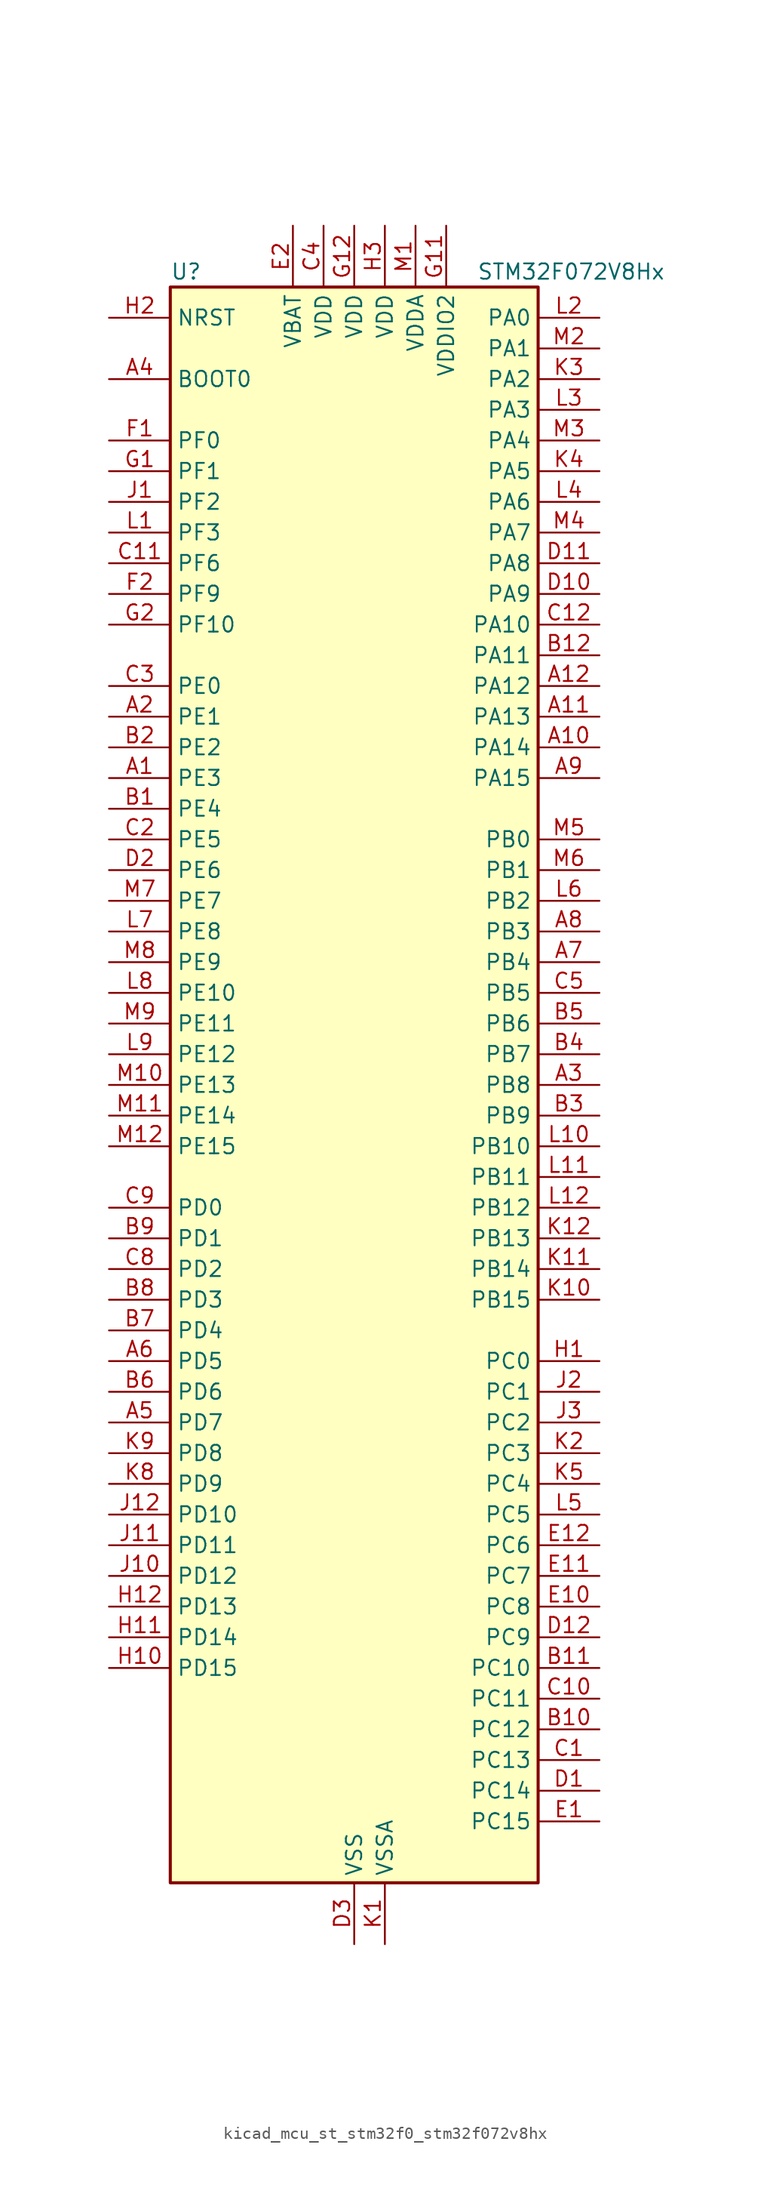
<source format=kicad_sym>
(kicad_symbol_lib
  (version 20220914)
  (generator kicad_symbol_editor)
  (symbol "kicad_mcu_st_stm32f0_stm32f072v8hx"
    (property "Reference" "U"
      (at -15.24 67.31 0)
      (effects (font (size 1.27 1.27)) (justify left)))
    (property "Value" "STM32F072V8Hx"
      (at 10.16 67.31 0)
      (effects (font (size 1.27 1.27)) (justify left)))
    (property "ki_locked" ""
      (at 0 0 0)
      (effects (font (size 1.27 1.27))))
    (symbol "kicad_mcu_st_stm32f0_stm32f072v8hx_0_1"
      (rectangle (start -15.24 -66.04) (end 15.24 66.04) (stroke (width 0.254) (type default)) (fill (type background))))
    (symbol "kicad_mcu_st_stm32f0_stm32f072v8hx_1_1"
      (pin bidirectional line (at -20.32 25.4 0) (length 5.08) (name "PE3" (effects (font (size 1.27 1.27)))) (number "A1" (effects (font (size 1.27 1.27)))) (alternate "TIM3_CH1" bidirectional line) (alternate "TSC_G7_IO2" bidirectional line))
      (pin bidirectional line (at 20.32 27.94 180) (length 5.08) (name "PA14" (effects (font (size 1.27 1.27)))) (number "A10" (effects (font (size 1.27 1.27)))) (alternate "SYS_SWCLK" bidirectional line) (alternate "USART2_TX" bidirectional line))
      (pin bidirectional line (at 20.32 30.48 180) (length 5.08) (name "PA13" (effects (font (size 1.27 1.27)))) (number "A11" (effects (font (size 1.27 1.27)))) (alternate "IR_OUT" bidirectional line) (alternate "SYS_SWDIO" bidirectional line) (alternate "USB_NOE" bidirectional line))
      (pin bidirectional line (at 20.32 33.02 180) (length 5.08) (name "PA12" (effects (font (size 1.27 1.27)))) (number "A12" (effects (font (size 1.27 1.27)))) (alternate "CAN_TX" bidirectional line) (alternate "COMP2_OUT" bidirectional line) (alternate "TIM1_ETR" bidirectional line) (alternate "TSC_G4_IO4" bidirectional line) (alternate "USART1_DE" bidirectional line) (alternate "USART1_RTS" bidirectional line) (alternate "USB_DP" bidirectional line))
      (pin bidirectional line (at -20.32 30.48 0) (length 5.08) (name "PE1" (effects (font (size 1.27 1.27)))) (number "A2" (effects (font (size 1.27 1.27)))) (alternate "TIM17_CH1" bidirectional line))
      (pin bidirectional line (at 20.32 0 180) (length 5.08) (name "PB8" (effects (font (size 1.27 1.27)))) (number "A3" (effects (font (size 1.27 1.27)))) (alternate "CAN_RX" bidirectional line) (alternate "CEC" bidirectional line) (alternate "I2C1_SCL" bidirectional line) (alternate "TIM16_CH1" bidirectional line) (alternate "TSC_SYNC" bidirectional line))
      (pin input line (at -20.32 58.42 0) (length 5.08) (name "BOOT0" (effects (font (size 1.27 1.27)))) (number "A4" (effects (font (size 1.27 1.27)))))
      (pin bidirectional line (at -20.32 -27.94 0) (length 5.08) (name "PD7" (effects (font (size 1.27 1.27)))) (number "A5" (effects (font (size 1.27 1.27)))) (alternate "USART2_CK" bidirectional line))
      (pin bidirectional line (at -20.32 -22.86 0) (length 5.08) (name "PD5" (effects (font (size 1.27 1.27)))) (number "A6" (effects (font (size 1.27 1.27)))) (alternate "USART2_TX" bidirectional line))
      (pin bidirectional line (at 20.32 10.16 180) (length 5.08) (name "PB4" (effects (font (size 1.27 1.27)))) (number "A7" (effects (font (size 1.27 1.27)))) (alternate "I2S1_MCK" bidirectional line) (alternate "SPI1_MISO" bidirectional line) (alternate "TIM17_BKIN" bidirectional line) (alternate "TIM3_CH1" bidirectional line) (alternate "TSC_G5_IO2" bidirectional line))
      (pin bidirectional line (at 20.32 12.7 180) (length 5.08) (name "PB3" (effects (font (size 1.27 1.27)))) (number "A8" (effects (font (size 1.27 1.27)))) (alternate "I2S1_CK" bidirectional line) (alternate "SPI1_SCK" bidirectional line) (alternate "TIM2_CH2" bidirectional line) (alternate "TSC_G5_IO1" bidirectional line))
      (pin bidirectional line (at 20.32 25.4 180) (length 5.08) (name "PA15" (effects (font (size 1.27 1.27)))) (number "A9" (effects (font (size 1.27 1.27)))) (alternate "I2S1_WS" bidirectional line) (alternate "SPI1_NSS" bidirectional line) (alternate "TIM2_CH1" bidirectional line) (alternate "TIM2_ETR" bidirectional line) (alternate "USART2_RX" bidirectional line) (alternate "USART4_DE" bidirectional line) (alternate "USART4_RTS" bidirectional line))
      (pin bidirectional line (at -20.32 22.86 0) (length 5.08) (name "PE4" (effects (font (size 1.27 1.27)))) (number "B1" (effects (font (size 1.27 1.27)))) (alternate "TIM3_CH2" bidirectional line) (alternate "TSC_G7_IO3" bidirectional line))
      (pin bidirectional line (at 20.32 -53.34 180) (length 5.08) (name "PC12" (effects (font (size 1.27 1.27)))) (number "B10" (effects (font (size 1.27 1.27)))) (alternate "USART3_CK" bidirectional line) (alternate "USART4_CK" bidirectional line))
      (pin bidirectional line (at 20.32 -48.26 180) (length 5.08) (name "PC10" (effects (font (size 1.27 1.27)))) (number "B11" (effects (font (size 1.27 1.27)))) (alternate "USART3_TX" bidirectional line) (alternate "USART4_TX" bidirectional line))
      (pin bidirectional line (at 20.32 35.56 180) (length 5.08) (name "PA11" (effects (font (size 1.27 1.27)))) (number "B12" (effects (font (size 1.27 1.27)))) (alternate "CAN_RX" bidirectional line) (alternate "COMP1_OUT" bidirectional line) (alternate "TIM1_CH4" bidirectional line) (alternate "TSC_G4_IO3" bidirectional line) (alternate "USART1_CTS" bidirectional line) (alternate "USB_DM" bidirectional line))
      (pin bidirectional line (at -20.32 27.94 0) (length 5.08) (name "PE2" (effects (font (size 1.27 1.27)))) (number "B2" (effects (font (size 1.27 1.27)))) (alternate "TIM3_ETR" bidirectional line) (alternate "TSC_G7_IO1" bidirectional line))
      (pin bidirectional line (at 20.32 -2.54 180) (length 5.08) (name "PB9" (effects (font (size 1.27 1.27)))) (number "B3" (effects (font (size 1.27 1.27)))) (alternate "CAN_TX" bidirectional line) (alternate "DAC_EXTI9" bidirectional line) (alternate "I2C1_SDA" bidirectional line) (alternate "I2S2_WS" bidirectional line) (alternate "IR_OUT" bidirectional line) (alternate "SPI2_NSS" bidirectional line) (alternate "TIM17_CH1" bidirectional line))
      (pin bidirectional line (at 20.32 2.54 180) (length 5.08) (name "PB7" (effects (font (size 1.27 1.27)))) (number "B4" (effects (font (size 1.27 1.27)))) (alternate "I2C1_SDA" bidirectional line) (alternate "TIM17_CH1N" bidirectional line) (alternate "TSC_G5_IO4" bidirectional line) (alternate "USART1_RX" bidirectional line) (alternate "USART4_CTS" bidirectional line))
      (pin bidirectional line (at 20.32 5.08 180) (length 5.08) (name "PB6" (effects (font (size 1.27 1.27)))) (number "B5" (effects (font (size 1.27 1.27)))) (alternate "I2C1_SCL" bidirectional line) (alternate "TIM16_CH1N" bidirectional line) (alternate "TSC_G5_IO3" bidirectional line) (alternate "USART1_TX" bidirectional line))
      (pin bidirectional line (at -20.32 -25.4 0) (length 5.08) (name "PD6" (effects (font (size 1.27 1.27)))) (number "B6" (effects (font (size 1.27 1.27)))) (alternate "USART2_RX" bidirectional line))
      (pin bidirectional line (at -20.32 -20.32 0) (length 5.08) (name "PD4" (effects (font (size 1.27 1.27)))) (number "B7" (effects (font (size 1.27 1.27)))) (alternate "I2S2_SD" bidirectional line) (alternate "SPI2_MOSI" bidirectional line) (alternate "USART2_DE" bidirectional line) (alternate "USART2_RTS" bidirectional line))
      (pin bidirectional line (at -20.32 -17.78 0) (length 5.08) (name "PD3" (effects (font (size 1.27 1.27)))) (number "B8" (effects (font (size 1.27 1.27)))) (alternate "I2S2_MCK" bidirectional line) (alternate "SPI2_MISO" bidirectional line) (alternate "USART2_CTS" bidirectional line))
      (pin bidirectional line (at -20.32 -12.7 0) (length 5.08) (name "PD1" (effects (font (size 1.27 1.27)))) (number "B9" (effects (font (size 1.27 1.27)))) (alternate "CAN_TX" bidirectional line) (alternate "I2S2_CK" bidirectional line) (alternate "SPI2_SCK" bidirectional line))
      (pin bidirectional line (at 20.32 -55.88 180) (length 5.08) (name "PC13" (effects (font (size 1.27 1.27)))) (number "C1" (effects (font (size 1.27 1.27)))) (alternate "RTC_OUT_ALARM" bidirectional line) (alternate "RTC_OUT_CALIB" bidirectional line) (alternate "RTC_TAMP1" bidirectional line) (alternate "RTC_TS" bidirectional line) (alternate "SYS_WKUP2" bidirectional line))
      (pin bidirectional line (at 20.32 -50.8 180) (length 5.08) (name "PC11" (effects (font (size 1.27 1.27)))) (number "C10" (effects (font (size 1.27 1.27)))) (alternate "USART3_RX" bidirectional line) (alternate "USART4_RX" bidirectional line))
      (pin bidirectional line (at -20.32 43.18 0) (length 5.08) (name "PF6" (effects (font (size 1.27 1.27)))) (number "C11" (effects (font (size 1.27 1.27)))))
      (pin bidirectional line (at 20.32 38.1 180) (length 5.08) (name "PA10" (effects (font (size 1.27 1.27)))) (number "C12" (effects (font (size 1.27 1.27)))) (alternate "TIM17_BKIN" bidirectional line) (alternate "TIM1_CH3" bidirectional line) (alternate "TSC_G4_IO2" bidirectional line) (alternate "USART1_RX" bidirectional line))
      (pin bidirectional line (at -20.32 20.32 0) (length 5.08) (name "PE5" (effects (font (size 1.27 1.27)))) (number "C2" (effects (font (size 1.27 1.27)))) (alternate "TIM3_CH3" bidirectional line) (alternate "TSC_G7_IO4" bidirectional line))
      (pin bidirectional line (at -20.32 33.02 0) (length 5.08) (name "PE0" (effects (font (size 1.27 1.27)))) (number "C3" (effects (font (size 1.27 1.27)))) (alternate "TIM16_CH1" bidirectional line))
      (pin power_in line (at -2.54 71.12 270) (length 5.08) (name "VDD" (effects (font (size 1.27 1.27)))) (number "C4" (effects (font (size 1.27 1.27)))))
      (pin bidirectional line (at 20.32 7.62 180) (length 5.08) (name "PB5" (effects (font (size 1.27 1.27)))) (number "C5" (effects (font (size 1.27 1.27)))) (alternate "I2C1_SMBA" bidirectional line) (alternate "I2S1_SD" bidirectional line) (alternate "SPI1_MOSI" bidirectional line) (alternate "SYS_WKUP6" bidirectional line) (alternate "TIM16_BKIN" bidirectional line) (alternate "TIM3_CH2" bidirectional line))
      (pin bidirectional line (at -20.32 -15.24 0) (length 5.08) (name "PD2" (effects (font (size 1.27 1.27)))) (number "C8" (effects (font (size 1.27 1.27)))) (alternate "TIM3_ETR" bidirectional line) (alternate "USART3_DE" bidirectional line) (alternate "USART3_RTS" bidirectional line))
      (pin bidirectional line (at -20.32 -10.16 0) (length 5.08) (name "PD0" (effects (font (size 1.27 1.27)))) (number "C9" (effects (font (size 1.27 1.27)))) (alternate "CAN_RX" bidirectional line) (alternate "I2S2_WS" bidirectional line) (alternate "SPI2_NSS" bidirectional line))
      (pin bidirectional line (at 20.32 -58.42 180) (length 5.08) (name "PC14" (effects (font (size 1.27 1.27)))) (number "D1" (effects (font (size 1.27 1.27)))) (alternate "RCC_OSC32_IN" bidirectional line))
      (pin bidirectional line (at 20.32 40.64 180) (length 5.08) (name "PA9" (effects (font (size 1.27 1.27)))) (number "D10" (effects (font (size 1.27 1.27)))) (alternate "DAC_EXTI9" bidirectional line) (alternate "TIM15_BKIN" bidirectional line) (alternate "TIM1_CH2" bidirectional line) (alternate "TSC_G4_IO1" bidirectional line) (alternate "USART1_TX" bidirectional line))
      (pin bidirectional line (at 20.32 43.18 180) (length 5.08) (name "PA8" (effects (font (size 1.27 1.27)))) (number "D11" (effects (font (size 1.27 1.27)))) (alternate "CRS_SYNC" bidirectional line) (alternate "RCC_MCO" bidirectional line) (alternate "TIM1_CH1" bidirectional line) (alternate "USART1_CK" bidirectional line))
      (pin bidirectional line (at 20.32 -45.72 180) (length 5.08) (name "PC9" (effects (font (size 1.27 1.27)))) (number "D12" (effects (font (size 1.27 1.27)))) (alternate "DAC_EXTI9" bidirectional line) (alternate "TIM3_CH4" bidirectional line))
      (pin bidirectional line (at -20.32 17.78 0) (length 5.08) (name "PE6" (effects (font (size 1.27 1.27)))) (number "D2" (effects (font (size 1.27 1.27)))) (alternate "RTC_TAMP3" bidirectional line) (alternate "SYS_WKUP3" bidirectional line) (alternate "TIM3_CH4" bidirectional line))
      (pin power_in line (at 0 -71.12 90) (length 5.08) (name "VSS" (effects (font (size 1.27 1.27)))) (number "D3" (effects (font (size 1.27 1.27)))))
      (pin bidirectional line (at 20.32 -60.96 180) (length 5.08) (name "PC15" (effects (font (size 1.27 1.27)))) (number "E1" (effects (font (size 1.27 1.27)))) (alternate "RCC_OSC32_OUT" bidirectional line))
      (pin bidirectional line (at 20.32 -43.18 180) (length 5.08) (name "PC8" (effects (font (size 1.27 1.27)))) (number "E10" (effects (font (size 1.27 1.27)))) (alternate "TIM3_CH3" bidirectional line))
      (pin bidirectional line (at 20.32 -40.64 180) (length 5.08) (name "PC7" (effects (font (size 1.27 1.27)))) (number "E11" (effects (font (size 1.27 1.27)))) (alternate "TIM3_CH2" bidirectional line))
      (pin bidirectional line (at 20.32 -38.1 180) (length 5.08) (name "PC6" (effects (font (size 1.27 1.27)))) (number "E12" (effects (font (size 1.27 1.27)))) (alternate "TIM3_CH1" bidirectional line))
      (pin power_in line (at -5.08 71.12 270) (length 5.08) (name "VBAT" (effects (font (size 1.27 1.27)))) (number "E2" (effects (font (size 1.27 1.27)))))
      (pin no_connect line (at -15.24 -66.04 0) (length 5.08) hide (name "NC" (effects (font (size 1.27 1.27)))) (number "E3" (effects (font (size 1.27 1.27)))))
      (pin bidirectional line (at -20.32 53.34 0) (length 5.08) (name "PF0" (effects (font (size 1.27 1.27)))) (number "F1" (effects (font (size 1.27 1.27)))) (alternate "CRS_SYNC" bidirectional line) (alternate "RCC_OSC_IN" bidirectional line))
      (pin passive line (at 0 -71.12 90) (length 5.08) hide (name "VSS" (effects (font (size 1.27 1.27)))) (number "F11" (effects (font (size 1.27 1.27)))))
      (pin passive line (at 0 -71.12 90) (length 5.08) hide (name "VSS" (effects (font (size 1.27 1.27)))) (number "F12" (effects (font (size 1.27 1.27)))))
      (pin bidirectional line (at -20.32 40.64 0) (length 5.08) (name "PF9" (effects (font (size 1.27 1.27)))) (number "F2" (effects (font (size 1.27 1.27)))) (alternate "DAC_EXTI9" bidirectional line) (alternate "TIM15_CH1" bidirectional line))
      (pin bidirectional line (at -20.32 50.8 0) (length 5.08) (name "PF1" (effects (font (size 1.27 1.27)))) (number "G1" (effects (font (size 1.27 1.27)))) (alternate "RCC_OSC_OUT" bidirectional line))
      (pin power_in line (at 7.62 71.12 270) (length 5.08) (name "VDDIO2" (effects (font (size 1.27 1.27)))) (number "G11" (effects (font (size 1.27 1.27)))))
      (pin power_in line (at 0 71.12 270) (length 5.08) (name "VDD" (effects (font (size 1.27 1.27)))) (number "G12" (effects (font (size 1.27 1.27)))))
      (pin bidirectional line (at -20.32 38.1 0) (length 5.08) (name "PF10" (effects (font (size 1.27 1.27)))) (number "G2" (effects (font (size 1.27 1.27)))) (alternate "TIM15_CH2" bidirectional line))
      (pin bidirectional line (at 20.32 -22.86 180) (length 5.08) (name "PC0" (effects (font (size 1.27 1.27)))) (number "H1" (effects (font (size 1.27 1.27)))) (alternate "ADC_IN10" bidirectional line))
      (pin bidirectional line (at -20.32 -48.26 0) (length 5.08) (name "PD15" (effects (font (size 1.27 1.27)))) (number "H10" (effects (font (size 1.27 1.27)))) (alternate "CRS_SYNC" bidirectional line) (alternate "TSC_G8_IO4" bidirectional line))
      (pin bidirectional line (at -20.32 -45.72 0) (length 5.08) (name "PD14" (effects (font (size 1.27 1.27)))) (number "H11" (effects (font (size 1.27 1.27)))) (alternate "TSC_G8_IO3" bidirectional line))
      (pin bidirectional line (at -20.32 -43.18 0) (length 5.08) (name "PD13" (effects (font (size 1.27 1.27)))) (number "H12" (effects (font (size 1.27 1.27)))) (alternate "TSC_G8_IO2" bidirectional line))
      (pin input line (at -20.32 63.5 0) (length 5.08) (name "NRST" (effects (font (size 1.27 1.27)))) (number "H2" (effects (font (size 1.27 1.27)))))
      (pin power_in line (at 2.54 71.12 270) (length 5.08) (name "VDD" (effects (font (size 1.27 1.27)))) (number "H3" (effects (font (size 1.27 1.27)))))
      (pin bidirectional line (at -20.32 48.26 0) (length 5.08) (name "PF2" (effects (font (size 1.27 1.27)))) (number "J1" (effects (font (size 1.27 1.27)))) (alternate "SYS_WKUP8" bidirectional line))
      (pin bidirectional line (at -20.32 -40.64 0) (length 5.08) (name "PD12" (effects (font (size 1.27 1.27)))) (number "J10" (effects (font (size 1.27 1.27)))) (alternate "TSC_G8_IO1" bidirectional line) (alternate "USART3_DE" bidirectional line) (alternate "USART3_RTS" bidirectional line))
      (pin bidirectional line (at -20.32 -38.1 0) (length 5.08) (name "PD11" (effects (font (size 1.27 1.27)))) (number "J11" (effects (font (size 1.27 1.27)))) (alternate "USART3_CTS" bidirectional line))
      (pin bidirectional line (at -20.32 -35.56 0) (length 5.08) (name "PD10" (effects (font (size 1.27 1.27)))) (number "J12" (effects (font (size 1.27 1.27)))) (alternate "USART3_CK" bidirectional line))
      (pin bidirectional line (at 20.32 -25.4 180) (length 5.08) (name "PC1" (effects (font (size 1.27 1.27)))) (number "J2" (effects (font (size 1.27 1.27)))) (alternate "ADC_IN11" bidirectional line))
      (pin bidirectional line (at 20.32 -27.94 180) (length 5.08) (name "PC2" (effects (font (size 1.27 1.27)))) (number "J3" (effects (font (size 1.27 1.27)))) (alternate "ADC_IN12" bidirectional line) (alternate "I2S2_MCK" bidirectional line) (alternate "SPI2_MISO" bidirectional line))
      (pin power_in line (at 2.54 -71.12 90) (length 5.08) (name "VSSA" (effects (font (size 1.27 1.27)))) (number "K1" (effects (font (size 1.27 1.27)))))
      (pin bidirectional line (at 20.32 -17.78 180) (length 5.08) (name "PB15" (effects (font (size 1.27 1.27)))) (number "K10" (effects (font (size 1.27 1.27)))) (alternate "I2S2_SD" bidirectional line) (alternate "RTC_REFIN" bidirectional line) (alternate "SPI2_MOSI" bidirectional line) (alternate "SYS_WKUP7" bidirectional line) (alternate "TIM15_CH1N" bidirectional line) (alternate "TIM15_CH2" bidirectional line) (alternate "TIM1_CH3N" bidirectional line))
      (pin bidirectional line (at 20.32 -15.24 180) (length 5.08) (name "PB14" (effects (font (size 1.27 1.27)))) (number "K11" (effects (font (size 1.27 1.27)))) (alternate "I2C2_SDA" bidirectional line) (alternate "I2S2_MCK" bidirectional line) (alternate "SPI2_MISO" bidirectional line) (alternate "TIM15_CH1" bidirectional line) (alternate "TIM1_CH2N" bidirectional line) (alternate "TSC_G6_IO4" bidirectional line) (alternate "USART3_DE" bidirectional line) (alternate "USART3_RTS" bidirectional line))
      (pin bidirectional line (at 20.32 -12.7 180) (length 5.08) (name "PB13" (effects (font (size 1.27 1.27)))) (number "K12" (effects (font (size 1.27 1.27)))) (alternate "I2C2_SCL" bidirectional line) (alternate "I2S2_CK" bidirectional line) (alternate "SPI2_SCK" bidirectional line) (alternate "TIM1_CH1N" bidirectional line) (alternate "TSC_G6_IO3" bidirectional line) (alternate "USART3_CTS" bidirectional line))
      (pin bidirectional line (at 20.32 -30.48 180) (length 5.08) (name "PC3" (effects (font (size 1.27 1.27)))) (number "K2" (effects (font (size 1.27 1.27)))) (alternate "ADC_IN13" bidirectional line) (alternate "I2S2_SD" bidirectional line) (alternate "SPI2_MOSI" bidirectional line))
      (pin bidirectional line (at 20.32 58.42 180) (length 5.08) (name "PA2" (effects (font (size 1.27 1.27)))) (number "K3" (effects (font (size 1.27 1.27)))) (alternate "ADC_IN2" bidirectional line) (alternate "COMP2_INM" bidirectional line) (alternate "COMP2_OUT" bidirectional line) (alternate "SYS_WKUP4" bidirectional line) (alternate "TIM15_CH1" bidirectional line) (alternate "TIM2_CH3" bidirectional line) (alternate "TSC_G1_IO3" bidirectional line) (alternate "USART2_TX" bidirectional line))
      (pin bidirectional line (at 20.32 50.8 180) (length 5.08) (name "PA5" (effects (font (size 1.27 1.27)))) (number "K4" (effects (font (size 1.27 1.27)))) (alternate "ADC_IN5" bidirectional line) (alternate "CEC" bidirectional line) (alternate "COMP1_INM" bidirectional line) (alternate "COMP2_INM" bidirectional line) (alternate "DAC_OUT2" bidirectional line) (alternate "I2S1_CK" bidirectional line) (alternate "SPI1_SCK" bidirectional line) (alternate "TIM2_CH1" bidirectional line) (alternate "TIM2_ETR" bidirectional line) (alternate "TSC_G2_IO2" bidirectional line))
      (pin bidirectional line (at 20.32 -33.02 180) (length 5.08) (name "PC4" (effects (font (size 1.27 1.27)))) (number "K5" (effects (font (size 1.27 1.27)))) (alternate "ADC_IN14" bidirectional line) (alternate "USART3_TX" bidirectional line))
      (pin bidirectional line (at -20.32 -33.02 0) (length 5.08) (name "PD9" (effects (font (size 1.27 1.27)))) (number "K8" (effects (font (size 1.27 1.27)))) (alternate "DAC_EXTI9" bidirectional line) (alternate "USART3_RX" bidirectional line))
      (pin bidirectional line (at -20.32 -30.48 0) (length 5.08) (name "PD8" (effects (font (size 1.27 1.27)))) (number "K9" (effects (font (size 1.27 1.27)))) (alternate "USART3_TX" bidirectional line))
      (pin bidirectional line (at -20.32 45.72 0) (length 5.08) (name "PF3" (effects (font (size 1.27 1.27)))) (number "L1" (effects (font (size 1.27 1.27)))))
      (pin bidirectional line (at 20.32 -5.08 180) (length 5.08) (name "PB10" (effects (font (size 1.27 1.27)))) (number "L10" (effects (font (size 1.27 1.27)))) (alternate "CEC" bidirectional line) (alternate "I2C2_SCL" bidirectional line) (alternate "I2S2_CK" bidirectional line) (alternate "SPI2_SCK" bidirectional line) (alternate "TIM2_CH3" bidirectional line) (alternate "TSC_SYNC" bidirectional line) (alternate "USART3_TX" bidirectional line))
      (pin bidirectional line (at 20.32 -7.62 180) (length 5.08) (name "PB11" (effects (font (size 1.27 1.27)))) (number "L11" (effects (font (size 1.27 1.27)))) (alternate "I2C2_SDA" bidirectional line) (alternate "TIM2_CH4" bidirectional line) (alternate "TSC_G6_IO1" bidirectional line) (alternate "USART3_RX" bidirectional line))
      (pin bidirectional line (at 20.32 -10.16 180) (length 5.08) (name "PB12" (effects (font (size 1.27 1.27)))) (number "L12" (effects (font (size 1.27 1.27)))) (alternate "I2S2_WS" bidirectional line) (alternate "SPI2_NSS" bidirectional line) (alternate "TIM15_BKIN" bidirectional line) (alternate "TIM1_BKIN" bidirectional line) (alternate "TSC_G6_IO2" bidirectional line) (alternate "USART3_CK" bidirectional line))
      (pin bidirectional line (at 20.32 63.5 180) (length 5.08) (name "PA0" (effects (font (size 1.27 1.27)))) (number "L2" (effects (font (size 1.27 1.27)))) (alternate "ADC_IN0" bidirectional line) (alternate "COMP1_INM" bidirectional line) (alternate "COMP1_OUT" bidirectional line) (alternate "RTC_TAMP2" bidirectional line) (alternate "SYS_WKUP1" bidirectional line) (alternate "TIM2_CH1" bidirectional line) (alternate "TIM2_ETR" bidirectional line) (alternate "TSC_G1_IO1" bidirectional line) (alternate "USART2_CTS" bidirectional line) (alternate "USART4_TX" bidirectional line))
      (pin bidirectional line (at 20.32 55.88 180) (length 5.08) (name "PA3" (effects (font (size 1.27 1.27)))) (number "L3" (effects (font (size 1.27 1.27)))) (alternate "ADC_IN3" bidirectional line) (alternate "COMP2_INP" bidirectional line) (alternate "TIM15_CH2" bidirectional line) (alternate "TIM2_CH4" bidirectional line) (alternate "TSC_G1_IO4" bidirectional line) (alternate "USART2_RX" bidirectional line))
      (pin bidirectional line (at 20.32 48.26 180) (length 5.08) (name "PA6" (effects (font (size 1.27 1.27)))) (number "L4" (effects (font (size 1.27 1.27)))) (alternate "ADC_IN6" bidirectional line) (alternate "COMP1_OUT" bidirectional line) (alternate "I2S1_MCK" bidirectional line) (alternate "SPI1_MISO" bidirectional line) (alternate "TIM16_CH1" bidirectional line) (alternate "TIM1_BKIN" bidirectional line) (alternate "TIM3_CH1" bidirectional line) (alternate "TSC_G2_IO3" bidirectional line) (alternate "USART3_CTS" bidirectional line))
      (pin bidirectional line (at 20.32 -35.56 180) (length 5.08) (name "PC5" (effects (font (size 1.27 1.27)))) (number "L5" (effects (font (size 1.27 1.27)))) (alternate "ADC_IN15" bidirectional line) (alternate "SYS_WKUP5" bidirectional line) (alternate "TSC_G3_IO1" bidirectional line) (alternate "USART3_RX" bidirectional line))
      (pin bidirectional line (at 20.32 15.24 180) (length 5.08) (name "PB2" (effects (font (size 1.27 1.27)))) (number "L6" (effects (font (size 1.27 1.27)))) (alternate "TSC_G3_IO4" bidirectional line))
      (pin bidirectional line (at -20.32 12.7 0) (length 5.08) (name "PE8" (effects (font (size 1.27 1.27)))) (number "L7" (effects (font (size 1.27 1.27)))) (alternate "TIM1_CH1N" bidirectional line))
      (pin bidirectional line (at -20.32 7.62 0) (length 5.08) (name "PE10" (effects (font (size 1.27 1.27)))) (number "L8" (effects (font (size 1.27 1.27)))) (alternate "TIM1_CH2N" bidirectional line))
      (pin bidirectional line (at -20.32 2.54 0) (length 5.08) (name "PE12" (effects (font (size 1.27 1.27)))) (number "L9" (effects (font (size 1.27 1.27)))) (alternate "I2S1_WS" bidirectional line) (alternate "SPI1_NSS" bidirectional line) (alternate "TIM1_CH3N" bidirectional line))
      (pin power_in line (at 5.08 71.12 270) (length 5.08) (name "VDDA" (effects (font (size 1.27 1.27)))) (number "M1" (effects (font (size 1.27 1.27)))))
      (pin bidirectional line (at -20.32 0 0) (length 5.08) (name "PE13" (effects (font (size 1.27 1.27)))) (number "M10" (effects (font (size 1.27 1.27)))) (alternate "I2S1_CK" bidirectional line) (alternate "SPI1_SCK" bidirectional line) (alternate "TIM1_CH3" bidirectional line))
      (pin bidirectional line (at -20.32 -2.54 0) (length 5.08) (name "PE14" (effects (font (size 1.27 1.27)))) (number "M11" (effects (font (size 1.27 1.27)))) (alternate "I2S1_MCK" bidirectional line) (alternate "SPI1_MISO" bidirectional line) (alternate "TIM1_CH4" bidirectional line))
      (pin bidirectional line (at -20.32 -5.08 0) (length 5.08) (name "PE15" (effects (font (size 1.27 1.27)))) (number "M12" (effects (font (size 1.27 1.27)))) (alternate "I2S1_SD" bidirectional line) (alternate "SPI1_MOSI" bidirectional line) (alternate "TIM1_BKIN" bidirectional line))
      (pin bidirectional line (at 20.32 60.96 180) (length 5.08) (name "PA1" (effects (font (size 1.27 1.27)))) (number "M2" (effects (font (size 1.27 1.27)))) (alternate "ADC_IN1" bidirectional line) (alternate "COMP1_INP" bidirectional line) (alternate "TIM15_CH1N" bidirectional line) (alternate "TIM2_CH2" bidirectional line) (alternate "TSC_G1_IO2" bidirectional line) (alternate "USART2_DE" bidirectional line) (alternate "USART2_RTS" bidirectional line) (alternate "USART4_RX" bidirectional line))
      (pin bidirectional line (at 20.32 53.34 180) (length 5.08) (name "PA4" (effects (font (size 1.27 1.27)))) (number "M3" (effects (font (size 1.27 1.27)))) (alternate "ADC_IN4" bidirectional line) (alternate "COMP1_INM" bidirectional line) (alternate "COMP2_INM" bidirectional line) (alternate "DAC_OUT1" bidirectional line) (alternate "I2S1_WS" bidirectional line) (alternate "SPI1_NSS" bidirectional line) (alternate "TIM14_CH1" bidirectional line) (alternate "TSC_G2_IO1" bidirectional line) (alternate "USART2_CK" bidirectional line))
      (pin bidirectional line (at 20.32 45.72 180) (length 5.08) (name "PA7" (effects (font (size 1.27 1.27)))) (number "M4" (effects (font (size 1.27 1.27)))) (alternate "ADC_IN7" bidirectional line) (alternate "COMP2_OUT" bidirectional line) (alternate "I2S1_SD" bidirectional line) (alternate "SPI1_MOSI" bidirectional line) (alternate "TIM14_CH1" bidirectional line) (alternate "TIM17_CH1" bidirectional line) (alternate "TIM1_CH1N" bidirectional line) (alternate "TIM3_CH2" bidirectional line) (alternate "TSC_G2_IO4" bidirectional line))
      (pin bidirectional line (at 20.32 20.32 180) (length 5.08) (name "PB0" (effects (font (size 1.27 1.27)))) (number "M5" (effects (font (size 1.27 1.27)))) (alternate "ADC_IN8" bidirectional line) (alternate "TIM1_CH2N" bidirectional line) (alternate "TIM3_CH3" bidirectional line) (alternate "TSC_G3_IO2" bidirectional line) (alternate "USART3_CK" bidirectional line))
      (pin bidirectional line (at 20.32 17.78 180) (length 5.08) (name "PB1" (effects (font (size 1.27 1.27)))) (number "M6" (effects (font (size 1.27 1.27)))) (alternate "ADC_IN9" bidirectional line) (alternate "TIM14_CH1" bidirectional line) (alternate "TIM1_CH3N" bidirectional line) (alternate "TIM3_CH4" bidirectional line) (alternate "TSC_G3_IO3" bidirectional line) (alternate "USART3_DE" bidirectional line) (alternate "USART3_RTS" bidirectional line))
      (pin bidirectional line (at -20.32 15.24 0) (length 5.08) (name "PE7" (effects (font (size 1.27 1.27)))) (number "M7" (effects (font (size 1.27 1.27)))) (alternate "TIM1_ETR" bidirectional line))
      (pin bidirectional line (at -20.32 10.16 0) (length 5.08) (name "PE9" (effects (font (size 1.27 1.27)))) (number "M8" (effects (font (size 1.27 1.27)))) (alternate "DAC_EXTI9" bidirectional line) (alternate "TIM1_CH1" bidirectional line))
      (pin bidirectional line (at -20.32 5.08 0) (length 5.08) (name "PE11" (effects (font (size 1.27 1.27)))) (number "M9" (effects (font (size 1.27 1.27)))) (alternate "TIM1_CH2" bidirectional line)))))
</source>
